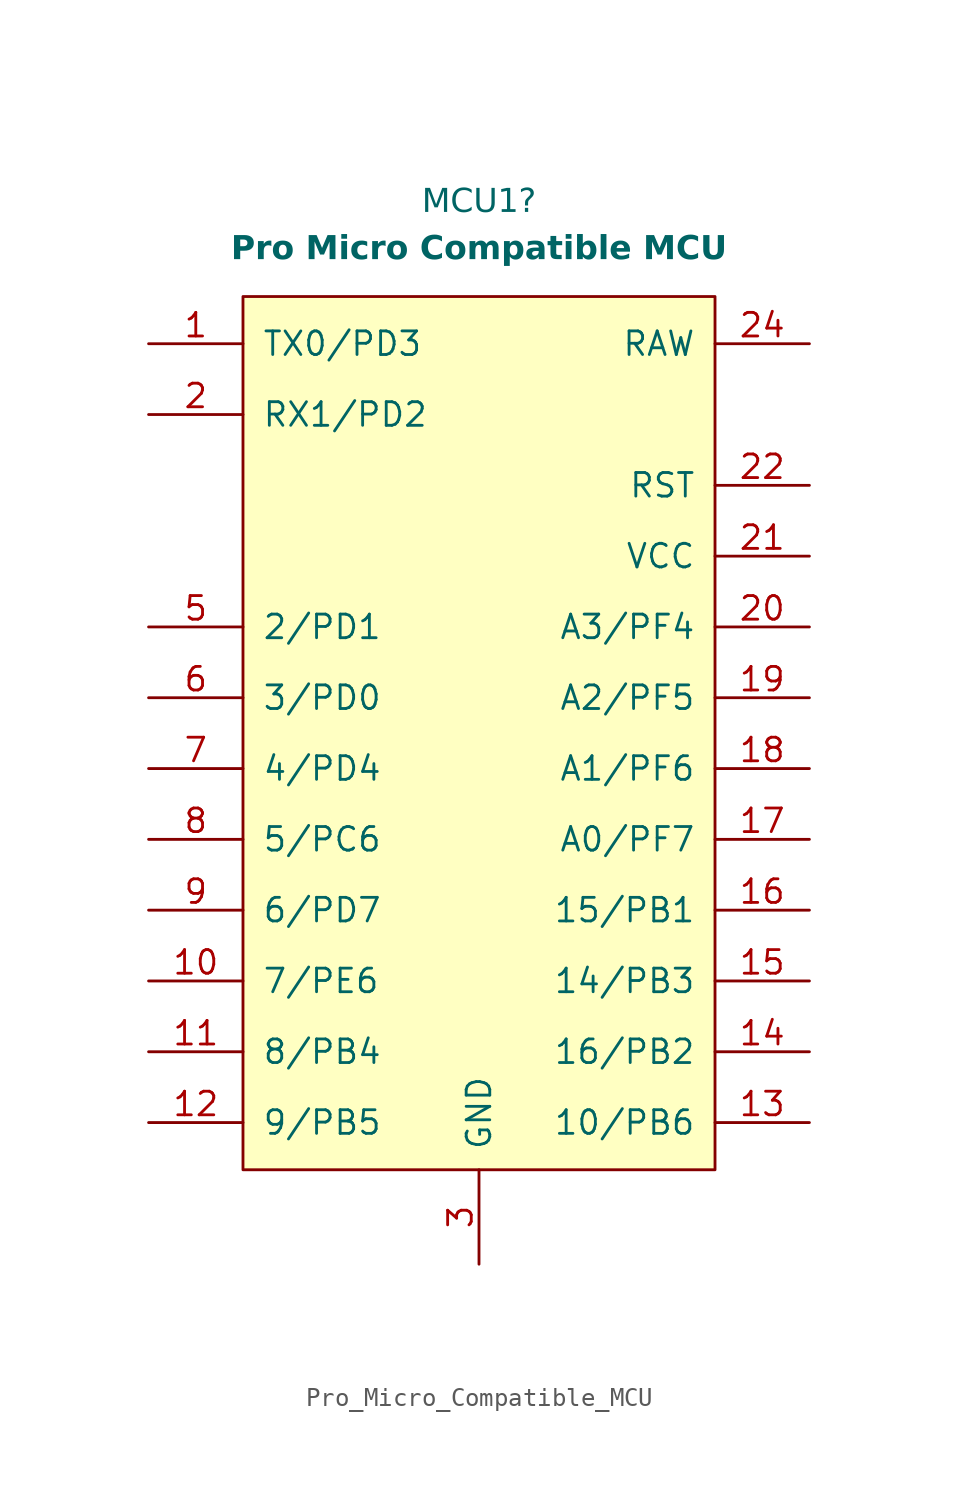
<source format=kicad_sym>
(kicad_symbol_lib
  (version 20231120)
  (generator "kicad_symbol_editor")
  (generator_version "8.0")
  (symbol "Pro_Micro_Compatible_MCU"
    (pin_names
      (offset 1.016))
    (property "Reference" "MCU1"
      (at 0 27.94 0)
      (effects (font (face "Lexend") (size 1.27 1.27))))
    (property "Value" "Pro Micro Compatible MCU"
      (at 0 25.4 0)
      (effects (font (face "Lexend") (size 1.27 1.27) (thickness 0.254) (bold yes))))
    (property "LCSC" ""
      (at 0 0 0)
      (effects (font (size 1.27 1.27))))
    (symbol "Pro_Micro_Compatible_MCU_1_1"
      (rectangle (start -12.7 22.86) (end 12.7 -24.13) (stroke (width 0) (type solid)) (fill (type background)))
      (pin passive line (at -17.78 20.32 0) (length 5.08) (name "TX0/PD3" (effects (font (size 1.27 1.27)))) (number "1" (effects (font (size 1.27 1.27)))))
      (pin passive line (at -17.78 -13.97 0) (length 5.08) (name "7/PE6" (effects (font (size 1.27 1.27)))) (number "10" (effects (font (size 1.27 1.27)))))
      (pin free line (at 1.27 17.78 180) (length 5.08) hide (name "" (effects (font (size 1.27 1.27)))) (number "101" (effects (font (size 1.27 1.27)))))
      (pin free line (at 1.27 15.24 180) (length 5.08) hide (name "" (effects (font (size 1.27 1.27)))) (number "102" (effects (font (size 1.27 1.27)))))
      (pin free line (at 1.27 12.7 180) (length 5.08) hide (name "" (effects (font (size 1.27 1.27)))) (number "103" (effects (font (size 1.27 1.27)))))
      (pin free line (at 1.27 10.16 180) (length 5.08) hide (name "" (effects (font (size 1.27 1.27)))) (number "104" (effects (font (size 1.27 1.27)))))
      (pin free line (at 1.27 7.62 180) (length 5.08) hide (name "" (effects (font (size 1.27 1.27)))) (number "105" (effects (font (size 1.27 1.27)))))
      (pin free line (at 1.27 5.08 180) (length 5.08) hide (name "" (effects (font (size 1.27 1.27)))) (number "106" (effects (font (size 1.27 1.27)))))
      (pin passive line (at -17.78 -17.78 0) (length 5.08) (name "8/PB4" (effects (font (size 1.27 1.27)))) (number "11" (effects (font (size 1.27 1.27)))))
      (pin free line (at -1.27 5.08 0) (length 5.08) hide (name "" (effects (font (size 1.27 1.27)))) (number "119" (effects (font (size 1.27 1.27)))))
      (pin passive line (at -17.78 -21.59 0) (length 5.08) (name "9/PB5" (effects (font (size 1.27 1.27)))) (number "12" (effects (font (size 1.27 1.27)))))
      (pin free line (at -1.27 7.62 0) (length 5.08) hide (name "" (effects (font (size 1.27 1.27)))) (number "120" (effects (font (size 1.27 1.27)))))
      (pin free line (at -1.27 10.16 0) (length 5.08) hide (name "" (effects (font (size 1.27 1.27)))) (number "121" (effects (font (size 1.27 1.27)))))
      (pin free line (at -1.27 12.7 0) (length 5.08) hide (name "" (effects (font (size 1.27 1.27)))) (number "122" (effects (font (size 1.27 1.27)))))
      (pin free line (at -1.27 15.24 0) (length 5.08) hide (name "" (effects (font (size 1.27 1.27)))) (number "123" (effects (font (size 1.27 1.27)))))
      (pin free line (at -1.27 17.78 0) (length 5.08) hide (name "" (effects (font (size 1.27 1.27)))) (number "124" (effects (font (size 1.27 1.27)))))
      (pin passive line (at 17.78 -21.59 180) (length 5.08) (name "10/PB6" (effects (font (size 1.27 1.27)))) (number "13" (effects (font (size 1.27 1.27)))))
      (pin passive line (at 17.78 -17.78 180) (length 5.08) (name "16/PB2" (effects (font (size 1.27 1.27)))) (number "14" (effects (font (size 1.27 1.27)))))
      (pin passive line (at 17.78 -13.97 180) (length 5.08) (name "14/PB3" (effects (font (size 1.27 1.27)))) (number "15" (effects (font (size 1.27 1.27)))))
      (pin passive line (at 17.78 -10.16 180) (length 5.08) (name "15/PB1" (effects (font (size 1.27 1.27)))) (number "16" (effects (font (size 1.27 1.27)))))
      (pin passive line (at 17.78 -6.35 180) (length 5.08) (name "A0/PF7" (effects (font (size 1.27 1.27)))) (number "17" (effects (font (size 1.27 1.27)))))
      (pin passive line (at 17.78 -2.54 180) (length 5.08) (name "A1/PF6" (effects (font (size 1.27 1.27)))) (number "18" (effects (font (size 1.27 1.27)))))
      (pin passive line (at 17.78 1.27 180) (length 5.08) (name "A2/PF5" (effects (font (size 1.27 1.27)))) (number "19" (effects (font (size 1.27 1.27)))))
      (pin passive line (at -17.78 16.51 0) (length 5.08) (name "RX1/PD2" (effects (font (size 1.27 1.27)))) (number "2" (effects (font (size 1.27 1.27)))))
      (pin passive line (at 17.78 5.08 180) (length 5.08) (name "A3/PF4" (effects (font (size 1.27 1.27)))) (number "20" (effects (font (size 1.27 1.27)))))
      (pin power_out line (at 17.78 8.89 180) (length 5.08) (name "VCC" (effects (font (size 1.27 1.27)))) (number "21" (effects (font (size 1.27 1.27)))))
      (pin passive line (at 17.78 12.7 180) (length 5.08) (name "RST" (effects (font (size 1.27 1.27)))) (number "22" (effects (font (size 1.27 1.27)))))
      (pin power_out line (at 0 -29.21 90) (length 5.08) hide (name "GND" (effects (font (size 1.27 1.27)))) (number "23" (effects (font (size 1.27 1.27)))))
      (pin passive line (at 17.78 20.32 180) (length 5.08) (name "RAW" (effects (font (size 1.27 1.27)))) (number "24" (effects (font (size 1.27 1.27)))))
      (pin power_out line (at 0 -29.21 90) (length 5.08) (name "GND" (effects (font (size 1.27 1.27)))) (number "3" (effects (font (size 1.27 1.27)))))
      (pin power_out line (at 0 -29.21 90) (length 5.08) hide (name "GND" (effects (font (size 1.27 1.27)))) (number "4" (effects (font (size 1.27 1.27)))))
      (pin passive line (at -17.78 5.08 0) (length 5.08) (name "2/PD1" (effects (font (size 1.27 1.27)))) (number "5" (effects (font (size 1.27 1.27)))))
      (pin passive line (at -17.78 1.27 0) (length 5.08) (name "3/PD0" (effects (font (size 1.27 1.27)))) (number "6" (effects (font (size 1.27 1.27)))))
      (pin passive line (at -17.78 -2.54 0) (length 5.08) (name "4/PD4" (effects (font (size 1.27 1.27)))) (number "7" (effects (font (size 1.27 1.27)))))
      (pin passive line (at -17.78 -6.35 0) (length 5.08) (name "5/PC6" (effects (font (size 1.27 1.27)))) (number "8" (effects (font (size 1.27 1.27)))))
      (pin passive line (at -17.78 -10.16 0) (length 5.08) (name "6/PD7" (effects (font (size 1.27 1.27)))) (number "9" (effects (font (size 1.27 1.27))))))))
</source>
